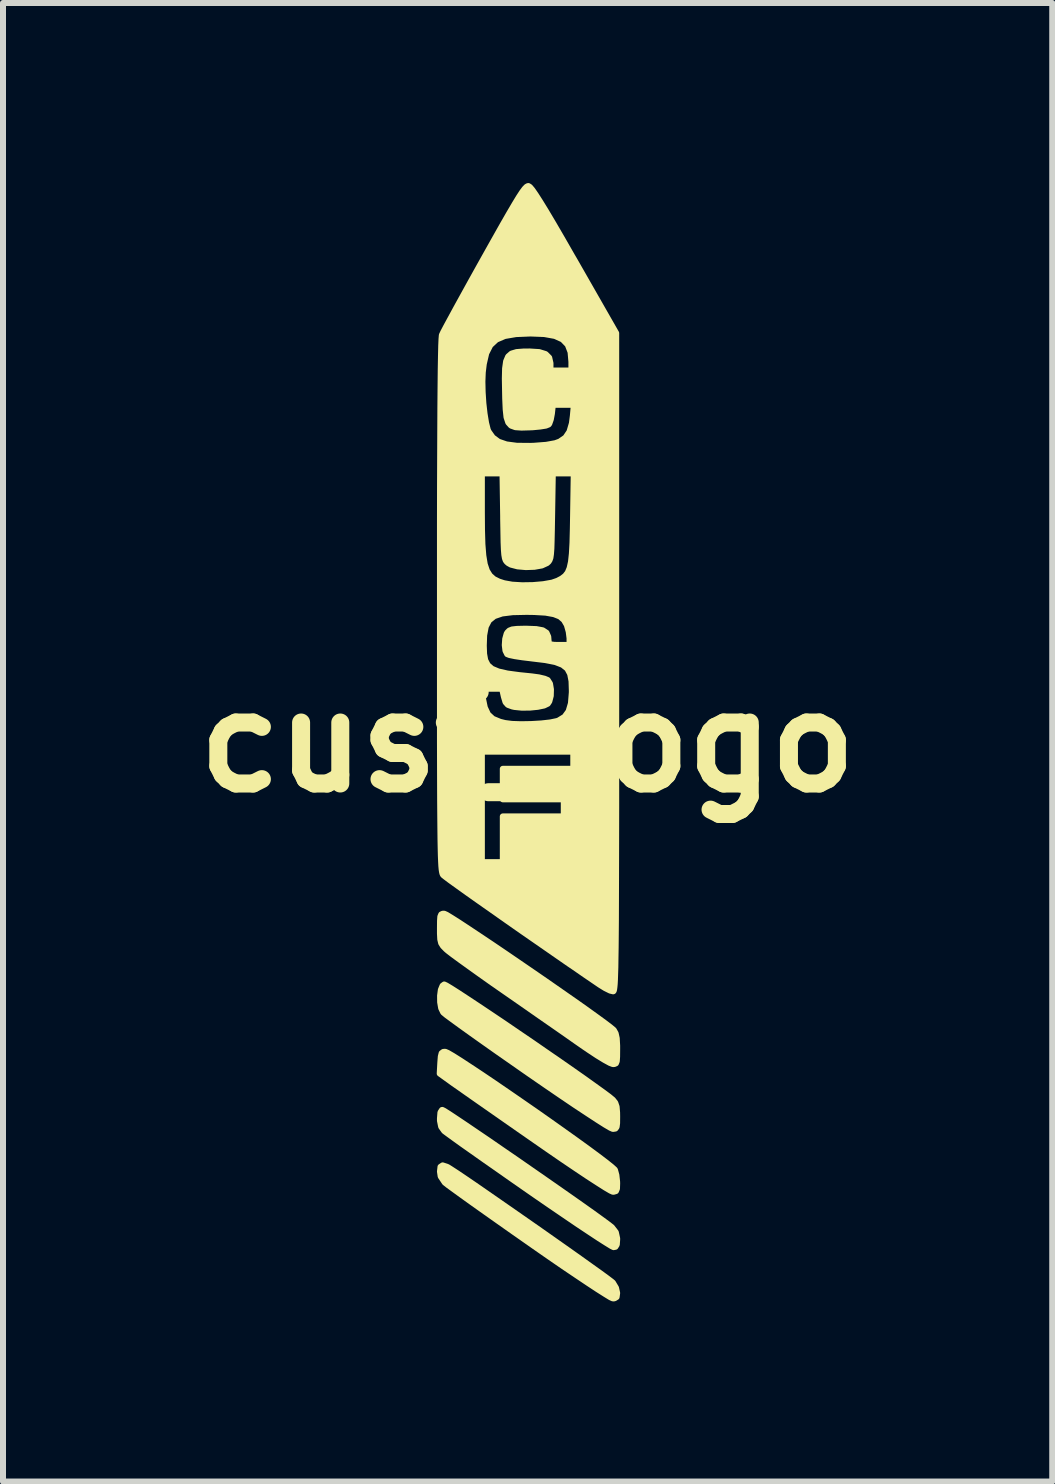
<source format=kicad_pcb>
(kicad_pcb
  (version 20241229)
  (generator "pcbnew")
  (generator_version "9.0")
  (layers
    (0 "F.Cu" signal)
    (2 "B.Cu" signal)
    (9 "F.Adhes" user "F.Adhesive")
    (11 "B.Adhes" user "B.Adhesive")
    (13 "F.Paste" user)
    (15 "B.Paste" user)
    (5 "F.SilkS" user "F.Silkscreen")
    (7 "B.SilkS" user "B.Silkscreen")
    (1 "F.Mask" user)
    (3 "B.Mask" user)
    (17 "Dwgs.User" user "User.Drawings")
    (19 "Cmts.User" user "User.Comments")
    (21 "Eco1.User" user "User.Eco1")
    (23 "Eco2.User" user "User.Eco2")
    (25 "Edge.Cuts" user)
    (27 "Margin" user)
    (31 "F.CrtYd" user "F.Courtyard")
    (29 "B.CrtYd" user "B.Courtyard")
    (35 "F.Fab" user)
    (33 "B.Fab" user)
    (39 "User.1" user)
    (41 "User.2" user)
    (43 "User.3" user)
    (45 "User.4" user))
  (footprint "cusf_logo"
    (layer "F.Cu")
    (at 5.74 9.314)
    (property "Reference" "cusf_logo" (at 0 0 0) (layer "F.SilkS") (effects (font (size 1.524 1.524) (thickness 0.3))))
    (attr through_hole)
    (fp_poly (pts (xy 1.492 9.178) (xy 1.483 9.245) (xy 1.447 9.267) (xy 1.421 9.268) (xy 1.381 9.25) (xy 1.296 9.198) (xy 1.168 9.117) (xy 1.004 9.009) (xy 0.81 8.879) (xy 0.589 8.73) (xy 0.348 8.564) (xy 0.092 8.386) (xy 0.025 8.339) (xy -0.235 8.157) (xy -0.482 7.983) (xy -0.71 7.822) (xy -0.913 7.678) (xy -1.086 7.554) (xy -1.224 7.454) (xy -1.323 7.382) (xy -1.375 7.341) (xy -1.38 7.337) (xy -1.448 7.235) (xy -1.46 7.154) (xy -1.451 7.076) (xy -1.415 7.052) (xy -1.344 7.075) (xy -1.324 7.085) (xy -1.272 7.118) (xy -1.175 7.181) (xy -1.04 7.272) (xy -0.873 7.386) (xy -0.681 7.519) (xy -0.469 7.666) (xy -0.243 7.823) (xy -0.009 7.986) (xy 0.226 8.15) (xy 0.456 8.312) (xy 0.675 8.466) (xy 0.878 8.61) (xy 1.057 8.738) (xy 1.207 8.845) (xy 1.322 8.929) (xy 1.396 8.985) (xy 1.421 9.006) (xy 1.473 9.093) (xy 1.492 9.178)) (stroke (width 0.1) (type solid)) (fill yes) (layer "F.SilkS"))
    (fp_poly (pts (xy 1.492 7.352) (xy 1.489 7.439) (xy 1.472 7.48) (xy 1.434 7.491) (xy 1.421 7.491) (xy 1.381 7.473) (xy 1.294 7.422) (xy 1.165 7.34) (xy 1 7.233) (xy 0.804 7.102) (xy 0.582 6.952) (xy 0.339 6.785) (xy 0.11 6.626) (xy -0.146 6.448) (xy -0.391 6.277) (xy -0.62 6.117) (xy -0.825 5.974) (xy -1.002 5.85) (xy -1.144 5.75) (xy -1.246 5.679) (xy -1.297 5.642) (xy -1.464 5.522) (xy -1.454 5.341) (xy -1.446 5.238) (xy -1.432 5.183) (xy -1.405 5.162) (xy -1.373 5.159) (xy -1.331 5.177) (xy -1.243 5.228) (xy -1.116 5.308) (xy -0.956 5.413) (xy -0.767 5.538) (xy -0.558 5.679) (xy -0.333 5.833) (xy -0.098 5.995) (xy 0.14 6.16) (xy 0.375 6.325) (xy 0.602 6.486) (xy 0.815 6.638) (xy 1.007 6.777) (xy 1.172 6.899) (xy 1.305 7) (xy 1.4 7.076) (xy 1.45 7.121) (xy 1.456 7.13) (xy 1.479 7.213) (xy 1.491 7.321) (xy 1.492 7.352)) (stroke (width 0.1) (type solid)) (fill yes) (layer "F.SilkS"))
    (fp_poly (pts (xy 1.492 8.289) (xy 1.486 8.372) (xy 1.463 8.408) (xy 1.433 8.414) (xy 1.396 8.396) (xy 1.313 8.345) (xy 1.187 8.265) (xy 1.025 8.158) (xy 0.831 8.029) (xy 0.612 7.88) (xy 0.37 7.715) (xy 0.113 7.538) (xy 0.028 7.479) (xy -0.235 7.296) (xy -0.483 7.122) (xy -0.712 6.962) (xy -0.916 6.818) (xy -1.091 6.695) (xy -1.23 6.595) (xy -1.329 6.523) (xy -1.383 6.483) (xy -1.39 6.477) (xy -1.44 6.407) (xy -1.46 6.308) (xy -1.46 6.269) (xy -1.452 6.169) (xy -1.426 6.129) (xy -1.42 6.128) (xy -1.387 6.145) (xy -1.308 6.195) (xy -1.189 6.274) (xy -1.035 6.377) (xy -0.854 6.5) (xy -0.649 6.639) (xy -0.429 6.791) (xy -0.197 6.95) (xy 0.039 7.114) (xy 0.274 7.277) (xy 0.502 7.436) (xy 0.718 7.587) (xy 0.914 7.725) (xy 1.086 7.847) (xy 1.227 7.949) (xy 1.332 8.026) (xy 1.394 8.074) (xy 1.405 8.083) (xy 1.47 8.167) (xy 1.492 8.268) (xy 1.492 8.289)) (stroke (width 0.1) (type solid)) (fill yes) (layer "F.SilkS"))
    (fp_poly (pts (xy 1.492 6.237) (xy 1.491 6.349) (xy 1.483 6.411) (xy 1.463 6.438) (xy 1.427 6.444) (xy 1.421 6.444) (xy 1.38 6.426) (xy 1.293 6.375) (xy 1.162 6.292) (xy 0.994 6.182) (xy 0.791 6.048) (xy 0.559 5.891) (xy 0.303 5.716) (xy 0.026 5.525) (xy 0 5.507) (xy -0.262 5.324) (xy -0.51 5.151) (xy -0.738 4.99) (xy -0.941 4.846) (xy -1.114 4.722) (xy -1.251 4.622) (xy -1.349 4.55) (xy -1.4 4.508) (xy -1.406 4.503) (xy -1.44 4.432) (xy -1.457 4.333) (xy -1.458 4.225) (xy -1.445 4.127) (xy -1.417 4.059) (xy -1.389 4.038) (xy -1.355 4.054) (xy -1.275 4.102) (xy -1.154 4.179) (xy -1 4.28) (xy -0.817 4.401) (xy -0.612 4.538) (xy -0.39 4.687) (xy -0.159 4.845) (xy 0.078 5.006) (xy 0.312 5.168) (xy 0.54 5.325) (xy 0.754 5.474) (xy 0.949 5.611) (xy 1.118 5.732) (xy 1.257 5.832) (xy 1.358 5.907) (xy 1.416 5.955) (xy 1.421 5.959) (xy 1.461 6.01) (xy 1.483 6.075) (xy 1.491 6.173) (xy 1.492 6.237)) (stroke (width 0.1) (type solid)) (fill yes) (layer "F.SilkS"))
    (fp_poly (pts (xy 1.492 5.115) (xy 1.491 5.24) (xy 1.486 5.315) (xy 1.472 5.351) (xy 1.446 5.363) (xy 1.421 5.364) (xy 1.371 5.345) (xy 1.281 5.296) (xy 1.16 5.222) (xy 1.021 5.13) (xy 0.937 5.073) (xy 0.806 4.982) (xy 0.634 4.861) (xy 0.43 4.719) (xy 0.205 4.563) (xy -0.031 4.398) (xy -0.267 4.234) (xy -0.365 4.166) (xy -0.581 4.016) (xy -0.783 3.873) (xy -0.966 3.742) (xy -1.123 3.629) (xy -1.246 3.539) (xy -1.328 3.476) (xy -1.357 3.451) (xy -1.409 3.398) (xy -1.44 3.349) (xy -1.455 3.286) (xy -1.46 3.189) (xy -1.46 3.105) (xy -1.459 2.981) (xy -1.454 2.907) (xy -1.439 2.871) (xy -1.413 2.859) (xy -1.389 2.859) (xy -1.351 2.876) (xy -1.267 2.927) (xy -1.144 3.005) (xy -0.986 3.109) (xy -0.801 3.232) (xy -0.593 3.371) (xy -0.37 3.522) (xy -0.136 3.682) (xy 0.102 3.845) (xy 0.337 4.007) (xy 0.565 4.166) (xy 0.779 4.315) (xy 0.973 4.452) (xy 1.141 4.573) (xy 1.277 4.672) (xy 1.376 4.747) (xy 1.43 4.792) (xy 1.437 4.799) (xy 1.467 4.853) (xy 1.485 4.934) (xy 1.492 5.058) (xy 1.492 5.115)) (stroke (width 0.1) (type solid)) (fill yes) (layer "F.SilkS"))
    (fp_poly (pts (xy 1.476 -1.336) (xy 1.476 -0.641) (xy 1.476 -0.006) (xy 1.476 0.57) (xy 1.476 1.091) (xy 1.475 1.559) (xy 1.474 1.978) (xy 1.473 2.35) (xy 1.472 2.677) (xy 1.471 2.963) (xy 1.469 3.21) (xy 1.467 3.421) (xy 1.464 3.598) (xy 1.462 3.746) (xy 1.458 3.865) (xy 1.455 3.959) (xy 1.451 4.031) (xy 1.446 4.083) (xy 1.441 4.119) (xy 1.436 4.14) (xy 1.43 4.15) (xy 1.426 4.152) (xy 1.376 4.14) (xy 1.293 4.099) (xy 1.204 4.044) (xy 0.953 3.873) (xy 0.771 3.747) (xy 0.771 -5.62) (xy 0.596 -5.62) (xy 0.421 -5.62) (xy 0.405 -5.474) (xy 0.387 -5.378) (xy 0.362 -5.307) (xy 0.351 -5.292) (xy 0.304 -5.273) (xy 0.21 -5.258) (xy 0.086 -5.246) (xy 0.038 -5.244) (xy -0.101 -5.24) (xy -0.203 -5.247) (xy -0.275 -5.273) (xy -0.322 -5.325) (xy -0.351 -5.413) (xy -0.365 -5.543) (xy -0.373 -5.726) (xy -0.375 -5.833) (xy -0.379 -6.056) (xy -0.375 -6.224) (xy -0.358 -6.344) (xy -0.324 -6.424) (xy -0.268 -6.473) (xy -0.184 -6.498) (xy -0.07 -6.507) (xy 0.033 -6.508) (xy 0.193 -6.498) (xy 0.3 -6.465) (xy 0.36 -6.405) (xy 0.381 -6.313) (xy 0.381 -6.301) (xy 0.381 -6.191) (xy 0.556 -6.191) (xy 0.73 -6.191) (xy 0.73 -6.337) (xy 0.716 -6.498) (xy 0.669 -6.621) (xy 0.584 -6.709) (xy 0.456 -6.767) (xy 0.278 -6.799) (xy 0.048 -6.808) (xy -0.194 -6.798) (xy -0.381 -6.766) (xy -0.521 -6.706) (xy -0.621 -6.613) (xy -0.689 -6.479) (xy -0.73 -6.301) (xy -0.747 -6.16) (xy -0.753 -6.007) (xy -0.749 -5.83) (xy -0.737 -5.646) (xy -0.717 -5.47) (xy -0.692 -5.318) (xy -0.664 -5.206) (xy -0.65 -5.174) (xy -0.581 -5.076) (xy -0.485 -5.005) (xy -0.354 -4.96) (xy -0.181 -4.937) (xy 0.044 -4.935) (xy 0.106 -4.937) (xy 0.312 -4.953) (xy 0.461 -4.98) (xy 0.535 -5.007) (xy 0.632 -5.074) (xy 0.697 -5.171) (xy 0.738 -5.31) (xy 0.754 -5.433) (xy 0.771 -5.62) (xy 0.771 3.747) (xy 0.769 3.746) (xy 0.769 -4.477) (xy 0.594 -4.477) (xy 0.42 -4.477) (xy 0.408 -3.759) (xy 0.404 -3.528) (xy 0.4 -3.352) (xy 0.396 -3.223) (xy 0.389 -3.132) (xy 0.38 -3.071) (xy 0.366 -3.032) (xy 0.349 -3.006) (xy 0.325 -2.984) (xy 0.322 -2.982) (xy 0.237 -2.943) (xy 0.113 -2.921) (xy -0.029 -2.916) (xy -0.166 -2.928) (xy -0.277 -2.957) (xy -0.322 -2.982) (xy -0.346 -3.003) (xy -0.365 -3.028) (xy -0.378 -3.065) (xy -0.388 -3.122) (xy -0.395 -3.208) (xy -0.4 -3.332) (xy -0.403 -3.501) (xy -0.407 -3.724) (xy -0.407 -3.76) (xy -0.418 -4.477) (xy -0.59 -4.477) (xy -0.762 -4.477) (xy -0.762 -3.83) (xy -0.76 -3.536) (xy -0.753 -3.298) (xy -0.738 -3.109) (xy -0.714 -2.964) (xy -0.678 -2.855) (xy -0.628 -2.775) (xy -0.563 -2.717) (xy -0.479 -2.675) (xy -0.392 -2.647) (xy -0.258 -2.623) (xy -0.091 -2.613) (xy 0.089 -2.616) (xy 0.262 -2.631) (xy 0.409 -2.657) (xy 0.498 -2.688) (xy 0.57 -2.726) (xy 0.626 -2.769) (xy 0.669 -2.824) (xy 0.7 -2.899) (xy 0.723 -3.002) (xy 0.738 -3.14) (xy 0.748 -3.321) (xy 0.754 -3.553) (xy 0.757 -3.723) (xy 0.769 -4.477) (xy 0.769 3.746) (xy 0.762 3.741) (xy 0.762 0.445) (xy 0.762 0.302) (xy 0.762 0.159) (xy 0.737 0.159) (xy 0.737 -0.861) (xy 0.732 -1.017) (xy 0.709 -1.136) (xy 0.662 -1.224) (xy 0.582 -1.288) (xy 0.463 -1.334) (xy 0.295 -1.367) (xy 0.071 -1.394) (xy 0.065 -1.395) (xy -0.084 -1.413) (xy -0.21 -1.432) (xy -0.301 -1.451) (xy -0.34 -1.466) (xy -0.369 -1.524) (xy -0.38 -1.616) (xy -0.373 -1.719) (xy -0.349 -1.805) (xy -0.336 -1.827) (xy -0.305 -1.858) (xy -0.257 -1.877) (xy -0.178 -1.886) (xy -0.054 -1.889) (xy -0.016 -1.889) (xy 0.145 -1.883) (xy 0.252 -1.863) (xy 0.315 -1.822) (xy 0.344 -1.756) (xy 0.349 -1.693) (xy 0.355 -1.65) (xy 0.381 -1.629) (xy 0.445 -1.62) (xy 0.524 -1.619) (xy 0.699 -1.619) (xy 0.699 -1.731) (xy 0.685 -1.841) (xy 0.654 -1.951) (xy 0.652 -1.955) (xy 0.606 -2.034) (xy 0.538 -2.093) (xy 0.439 -2.132) (xy 0.3 -2.157) (xy 0.112 -2.168) (xy -0.016 -2.17) (xy -0.249 -2.165) (xy -0.426 -2.143) (xy -0.555 -2.099) (xy -0.643 -2.028) (xy -0.697 -1.924) (xy -0.724 -1.78) (xy -0.73 -1.607) (xy -0.725 -1.471) (xy -0.706 -1.365) (xy -0.664 -1.283) (xy -0.594 -1.222) (xy -0.487 -1.177) (xy -0.338 -1.143) (xy -0.137 -1.116) (xy 0.068 -1.095) (xy 0.186 -1.079) (xy 0.283 -1.056) (xy 0.335 -1.034) (xy 0.373 -0.974) (xy 0.389 -0.878) (xy 0.386 -0.771) (xy 0.362 -0.679) (xy 0.336 -0.64) (xy 0.274 -0.61) (xy 0.168 -0.588) (xy 0.038 -0.575) (xy -0.097 -0.574) (xy -0.218 -0.586) (xy -0.254 -0.594) (xy -0.328 -0.621) (xy -0.368 -0.666) (xy -0.394 -0.753) (xy -0.395 -0.756) (xy -0.425 -0.889) (xy -0.597 -0.889) (xy -0.769 -0.889) (xy -0.747 -0.741) (xy -0.713 -0.577) (xy -0.66 -0.463) (xy -0.579 -0.388) (xy -0.458 -0.338) (xy -0.377 -0.318) (xy -0.261 -0.303) (xy -0.109 -0.298) (xy 0.061 -0.301) (xy 0.23 -0.311) (xy 0.38 -0.328) (xy 0.491 -0.351) (xy 0.518 -0.361) (xy 0.617 -0.422) (xy 0.683 -0.513) (xy 0.722 -0.645) (xy 0.737 -0.827) (xy 0.737 -0.861) (xy 0.737 0.159) (xy 0 0.159) (xy -0.762 0.159) (xy -0.762 1.079) (xy -0.762 2) (xy -0.587 2) (xy -0.413 2) (xy -0.413 1.619) (xy -0.413 1.238) (xy 0.095 1.238) (xy 0.603 1.238) (xy 0.603 1.095) (xy 0.603 0.953) (xy 0.095 0.953) (xy -0.413 0.953) (xy -0.413 0.699) (xy -0.413 0.445) (xy 0.175 0.445) (xy 0.762 0.445) (xy 0.762 3.741) (xy 0.691 3.693) (xy 0.424 3.508) (xy 0.156 3.322) (xy -0.108 3.139) (xy -0.361 2.962) (xy -0.598 2.795) (xy -0.816 2.642) (xy -1.007 2.507) (xy -1.166 2.393) (xy -1.29 2.304) (xy -1.371 2.243) (xy -1.405 2.216) (xy -1.413 2.204) (xy -1.42 2.186) (xy -1.426 2.159) (xy -1.432 2.119) (xy -1.437 2.063) (xy -1.441 1.988) (xy -1.445 1.891) (xy -1.448 1.769) (xy -1.451 1.619) (xy -1.453 1.437) (xy -1.455 1.221) (xy -1.457 0.967) (xy -1.458 0.671) (xy -1.459 0.332) (xy -1.46 -0.054) (xy -1.46 -0.49) (xy -1.46 -0.98) (xy -1.46 -1.527) (xy -1.46 -2.133) (xy -1.46 -2.272) (xy -1.46 -2.977) (xy -1.46 -3.62) (xy -1.459 -4.201) (xy -1.457 -4.721) (xy -1.455 -5.18) (xy -1.453 -5.58) (xy -1.45 -5.921) (xy -1.447 -6.205) (xy -1.443 -6.431) (xy -1.439 -6.602) (xy -1.434 -6.716) (xy -1.429 -6.776) (xy -1.427 -6.784) (xy -1.405 -6.831) (xy -1.355 -6.926) (xy -1.28 -7.064) (xy -1.185 -7.239) (xy -1.072 -7.444) (xy -0.945 -7.674) (xy -0.807 -7.922) (xy -0.722 -8.074) (xy -0.557 -8.368) (xy -0.42 -8.611) (xy -0.307 -8.808) (xy -0.216 -8.963) (xy -0.145 -9.08) (xy -0.09 -9.164) (xy -0.049 -9.219) (xy -0.018 -9.251) (xy 0.005 -9.264) (xy 0.014 -9.264) (xy 0.039 -9.248) (xy 0.078 -9.202) (xy 0.134 -9.121) (xy 0.209 -9.004) (xy 0.306 -8.846) (xy 0.426 -8.644) (xy 0.572 -8.393) (xy 0.745 -8.091) (xy 0.778 -8.035) (xy 1.476 -6.814) (xy 1.476 -1.336)) (stroke (width 0.1) (type solid)) (fill yes) (layer "F.SilkS")))
  (gr_rect
    (start -3 -3)
    (end 14.481 21.633)
    (stroke (width 0.1) (type default))
    (fill no)
    (layer "Edge.Cuts")))
</source>
